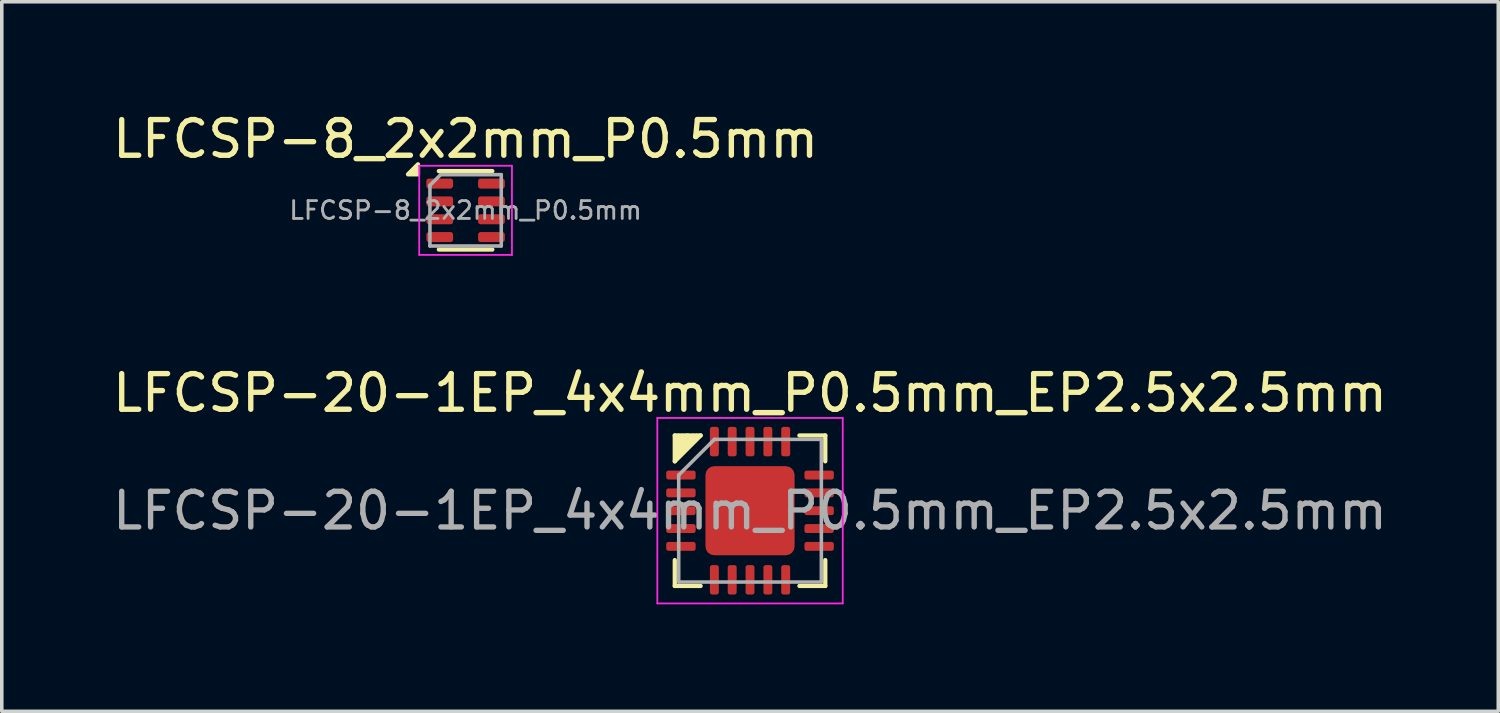
<source format=kicad_pcb>
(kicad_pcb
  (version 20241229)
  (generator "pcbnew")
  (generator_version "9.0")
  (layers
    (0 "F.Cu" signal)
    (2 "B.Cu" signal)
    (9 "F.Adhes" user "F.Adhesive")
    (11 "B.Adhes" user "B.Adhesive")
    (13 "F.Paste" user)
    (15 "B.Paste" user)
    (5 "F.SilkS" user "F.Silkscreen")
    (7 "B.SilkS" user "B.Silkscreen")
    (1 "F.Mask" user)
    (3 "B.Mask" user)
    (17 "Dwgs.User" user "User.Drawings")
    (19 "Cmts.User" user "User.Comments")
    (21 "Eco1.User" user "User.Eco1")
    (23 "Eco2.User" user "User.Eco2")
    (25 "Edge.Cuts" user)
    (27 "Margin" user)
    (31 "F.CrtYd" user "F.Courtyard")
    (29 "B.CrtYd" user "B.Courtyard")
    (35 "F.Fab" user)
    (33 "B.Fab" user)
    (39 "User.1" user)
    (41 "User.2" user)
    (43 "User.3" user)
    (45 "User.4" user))
  (footprint "LFCSP-8_2x2mm_P0.5mm"
    (layer "F.Cu")
    (at 10.006 2.848)
    (property "Reference" "LFCSP-8_2x2mm_P0.5mm" (at 0 -2 0) (layer "F.SilkS") (effects (font (size 1 1) (thickness 0.15))))
    (attr smd)
    (fp_line (start -0.75 -1.1) (end 0.75 -1.1) (stroke (width 0.12) (type solid)) (layer "F.SilkS"))
    (fp_line (start 0.75 1.1) (end -0.75 1.1) (stroke (width 0.12) (type solid)) (layer "F.SilkS"))
    (fp_poly (pts (xy -1.335 -1.01) (xy -1.615 -1.01) (xy -1.335 -1.29) (xy -1.335 -1.01)) (stroke (width 0.12) (type solid)) (fill yes) (layer "F.SilkS"))
    (fp_line (start -1.3 -1.25) (end 1.3 -1.25) (stroke (width 0.05) (type solid)) (layer "F.CrtYd"))
    (fp_line (start -1.3 1.25) (end -1.3 -1.25) (stroke (width 0.05) (type solid)) (layer "F.CrtYd"))
    (fp_line (start 1.3 -1.25) (end 1.3 1.25) (stroke (width 0.05) (type solid)) (layer "F.CrtYd"))
    (fp_line (start 1.3 1.25) (end -1.3 1.25) (stroke (width 0.05) (type solid)) (layer "F.CrtYd"))
    (fp_line (start -1 -0.7) (end -0.7 -1) (stroke (width 0.1) (type solid)) (layer "F.Fab"))
    (fp_line (start -1 1) (end -1 -0.7) (stroke (width 0.1) (type solid)) (layer "F.Fab"))
    (fp_line (start -0.7 -1) (end 1 -1) (stroke (width 0.1) (type solid)) (layer "F.Fab"))
    (fp_line (start 1 -1) (end 1 1) (stroke (width 0.1) (type solid)) (layer "F.Fab"))
    (fp_line (start 1 1) (end -1 1) (stroke (width 0.1) (type solid)) (layer "F.Fab"))
    (fp_text user "${REFERENCE}" (at 0 0 0) (layer "F.Fab") (effects (font (size 0.5 0.5) (thickness 0.08))))
    (pad "1" smd roundrect (at -0.725 -0.75 90) (size 0.28 0.75) (layers "F.Cu" "F.Mask" "F.Paste") (roundrect_rratio 0.25) (chamfer_ratio 0.2) (chamfer bottom_left))
    (pad "2" smd roundrect (at -0.725 -0.25 90) (size 0.28 0.75) (layers "F.Cu" "F.Mask" "F.Paste") (roundrect_rratio 0.25))
    (pad "3" smd roundrect (at -0.725 0.25 90) (size 0.28 0.75) (layers "F.Cu" "F.Mask" "F.Paste") (roundrect_rratio 0.25))
    (pad "4" smd roundrect (at -0.725 0.75 90) (size 0.28 0.75) (layers "F.Cu" "F.Mask" "F.Paste") (roundrect_rratio 0.25))
    (pad "5" smd roundrect (at 0.725 0.75 90) (size 0.28 0.75) (layers "F.Cu" "F.Mask" "F.Paste") (roundrect_rratio 0.25))
    (pad "6" smd roundrect (at 0.725 0.25 90) (size 0.28 0.75) (layers "F.Cu" "F.Mask" "F.Paste") (roundrect_rratio 0.25))
    (pad "7" smd roundrect (at 0.725 -0.25 90) (size 0.28 0.75) (layers "F.Cu" "F.Mask" "F.Paste") (roundrect_rratio 0.25))
    (pad "8" smd roundrect (at 0.725 -0.75 90) (size 0.28 0.75) (layers "F.Cu" "F.Mask" "F.Paste") (roundrect_rratio 0.25)))
  (footprint "LFCSP-20-1EP_4x4mm_P0.5mm_EP2.5x2.5mm"
    (layer "F.Cu")
    (at 17.982 11.271)
    (property "Reference" "LFCSP-20-1EP_4x4mm_P0.5mm_EP2.5x2.5mm" (at 0 -3.3 0) (layer "F.SilkS") (effects (font (size 1 1) (thickness 0.15))))
    (attr smd)
    (fp_line (start -2.11 -2.11) (end -2.11 -1.385) (stroke (width 0.12) (type solid)) (layer "F.SilkS"))
    (fp_line (start -2.11 -1.385) (end -1.385 -2.11) (stroke (width 0.12) (type solid)) (layer "F.SilkS"))
    (fp_line (start -2.11 2.11) (end -2.11 1.385) (stroke (width 0.12) (type solid)) (layer "F.SilkS"))
    (fp_line (start -2.1 -2) (end -2 -2.1) (stroke (width 0.12) (type solid)) (layer "F.SilkS"))
    (fp_line (start -2.1 -1.9) (end -1.9 -2.1) (stroke (width 0.12) (type solid)) (layer "F.SilkS"))
    (fp_line (start -2.1 -1.8) (end -1.8 -2.1) (stroke (width 0.12) (type solid)) (layer "F.SilkS"))
    (fp_line (start -2.1 -1.7) (end -1.748 -2.11) (stroke (width 0.12) (type solid)) (layer "F.SilkS"))
    (fp_line (start -2.1 -1.6) (end -1.6 -2.1) (stroke (width 0.12) (type solid)) (layer "F.SilkS"))
    (fp_line (start -2.1 -1.5) (end -1.5 -2.1) (stroke (width 0.12) (type solid)) (layer "F.SilkS"))
    (fp_line (start -1.385 -2.11) (end -2.11 -2.11) (stroke (width 0.12) (type solid)) (layer "F.SilkS"))
    (fp_line (start -1.385 2.11) (end -2.11 2.11) (stroke (width 0.12) (type solid)) (layer "F.SilkS"))
    (fp_line (start 1.385 -2.11) (end 2.11 -2.11) (stroke (width 0.12) (type solid)) (layer "F.SilkS"))
    (fp_line (start 1.385 2.11) (end 2.11 2.11) (stroke (width 0.12) (type solid)) (layer "F.SilkS"))
    (fp_line (start 2.11 -2.11) (end 2.11 -1.385) (stroke (width 0.12) (type solid)) (layer "F.SilkS"))
    (fp_line (start 2.11 2.11) (end 2.11 1.385) (stroke (width 0.12) (type solid)) (layer "F.SilkS"))
    (fp_line (start -2.6 -2.6) (end -2.6 2.6) (stroke (width 0.05) (type solid)) (layer "F.CrtYd"))
    (fp_line (start -2.6 2.6) (end 2.6 2.6) (stroke (width 0.05) (type solid)) (layer "F.CrtYd"))
    (fp_line (start 2.6 -2.6) (end -2.6 -2.6) (stroke (width 0.05) (type solid)) (layer "F.CrtYd"))
    (fp_line (start 2.6 2.6) (end 2.6 -2.6) (stroke (width 0.05) (type solid)) (layer "F.CrtYd"))
    (fp_line (start -2 -1) (end -1 -2) (stroke (width 0.1) (type solid)) (layer "F.Fab"))
    (fp_line (start -2 2) (end -2 -1) (stroke (width 0.1) (type solid)) (layer "F.Fab"))
    (fp_line (start -1 -2) (end 2 -2) (stroke (width 0.1) (type solid)) (layer "F.Fab"))
    (fp_line (start 2 -2) (end 2 2) (stroke (width 0.1) (type solid)) (layer "F.Fab"))
    (fp_line (start 2 2) (end -2 2) (stroke (width 0.1) (type solid)) (layer "F.Fab"))
    (fp_text user "${REFERENCE}" (at 0 0 0) (layer "F.Fab") (effects (font (size 1 1) (thickness 0.15))))
    (pad "" smd roundrect (at -0.625 -0.625) (size 1.01 1.01) (layers "F.Paste") (roundrect_rratio 0.248))
    (pad "" smd roundrect (at -0.625 0.625) (size 1.01 1.01) (layers "F.Paste") (roundrect_rratio 0.248))
    (pad "" smd roundrect (at 0.625 -0.625) (size 1.01 1.01) (layers "F.Paste") (roundrect_rratio 0.248))
    (pad "" smd roundrect (at 0.625 0.625) (size 1.01 1.01) (layers "F.Paste") (roundrect_rratio 0.248))
    (pad "1" smd roundrect (at -1.938 -1) (size 0.825 0.25) (layers "F.Cu" "F.Mask" "F.Paste") (roundrect_rratio 0.25))
    (pad "2" smd roundrect (at -1.938 -0.5) (size 0.825 0.25) (layers "F.Cu" "F.Mask" "F.Paste") (roundrect_rratio 0.25))
    (pad "3" smd roundrect (at -1.938 0) (size 0.825 0.25) (layers "F.Cu" "F.Mask" "F.Paste") (roundrect_rratio 0.25))
    (pad "4" smd roundrect (at -1.938 0.5) (size 0.825 0.25) (layers "F.Cu" "F.Mask" "F.Paste") (roundrect_rratio 0.25))
    (pad "5" smd roundrect (at -1.938 1) (size 0.825 0.25) (layers "F.Cu" "F.Mask" "F.Paste") (roundrect_rratio 0.25))
    (pad "6" smd roundrect (at -1 1.938) (size 0.25 0.825) (layers "F.Cu" "F.Mask" "F.Paste") (roundrect_rratio 0.25))
    (pad "7" smd roundrect (at -0.5 1.938) (size 0.25 0.825) (layers "F.Cu" "F.Mask" "F.Paste") (roundrect_rratio 0.25))
    (pad "8" smd roundrect (at 0 1.938) (size 0.25 0.825) (layers "F.Cu" "F.Mask" "F.Paste") (roundrect_rratio 0.25))
    (pad "9" smd roundrect (at 0.5 1.938) (size 0.25 0.825) (layers "F.Cu" "F.Mask" "F.Paste") (roundrect_rratio 0.25))
    (pad "10" smd roundrect (at 1 1.938) (size 0.25 0.825) (layers "F.Cu" "F.Mask" "F.Paste") (roundrect_rratio 0.25))
    (pad "11" smd roundrect (at 1.938 1) (size 0.825 0.25) (layers "F.Cu" "F.Mask" "F.Paste") (roundrect_rratio 0.25))
    (pad "12" smd roundrect (at 1.938 0.5) (size 0.825 0.25) (layers "F.Cu" "F.Mask" "F.Paste") (roundrect_rratio 0.25))
    (pad "13" smd roundrect (at 1.938 0) (size 0.825 0.25) (layers "F.Cu" "F.Mask" "F.Paste") (roundrect_rratio 0.25))
    (pad "14" smd roundrect (at 1.938 -0.5) (size 0.825 0.25) (layers "F.Cu" "F.Mask" "F.Paste") (roundrect_rratio 0.25))
    (pad "15" smd roundrect (at 1.938 -1) (size 0.825 0.25) (layers "F.Cu" "F.Mask" "F.Paste") (roundrect_rratio 0.25))
    (pad "16" smd roundrect (at 1 -1.938) (size 0.25 0.825) (layers "F.Cu" "F.Mask" "F.Paste") (roundrect_rratio 0.25))
    (pad "17" smd roundrect (at 0.5 -1.938) (size 0.25 0.825) (layers "F.Cu" "F.Mask" "F.Paste") (roundrect_rratio 0.25))
    (pad "18" smd roundrect (at 0 -1.938) (size 0.25 0.825) (layers "F.Cu" "F.Mask" "F.Paste") (roundrect_rratio 0.25))
    (pad "19" smd roundrect (at -0.5 -1.938) (size 0.25 0.825) (layers "F.Cu" "F.Mask" "F.Paste") (roundrect_rratio 0.25))
    (pad "20" smd roundrect (at -1 -1.938) (size 0.25 0.825) (layers "F.Cu" "F.Mask" "F.Paste") (roundrect_rratio 0.25))
    (pad "21" smd roundrect (at 0 0) (size 2.5 2.5) (layers "F.Cu" "F.Mask") (roundrect_rratio 0.1)))
  (gr_rect
    (start -3 -3)
    (end 38.964 16.896)
    (stroke (width 0.1) (type default))
    (fill no)
    (layer "Edge.Cuts")))
</source>
